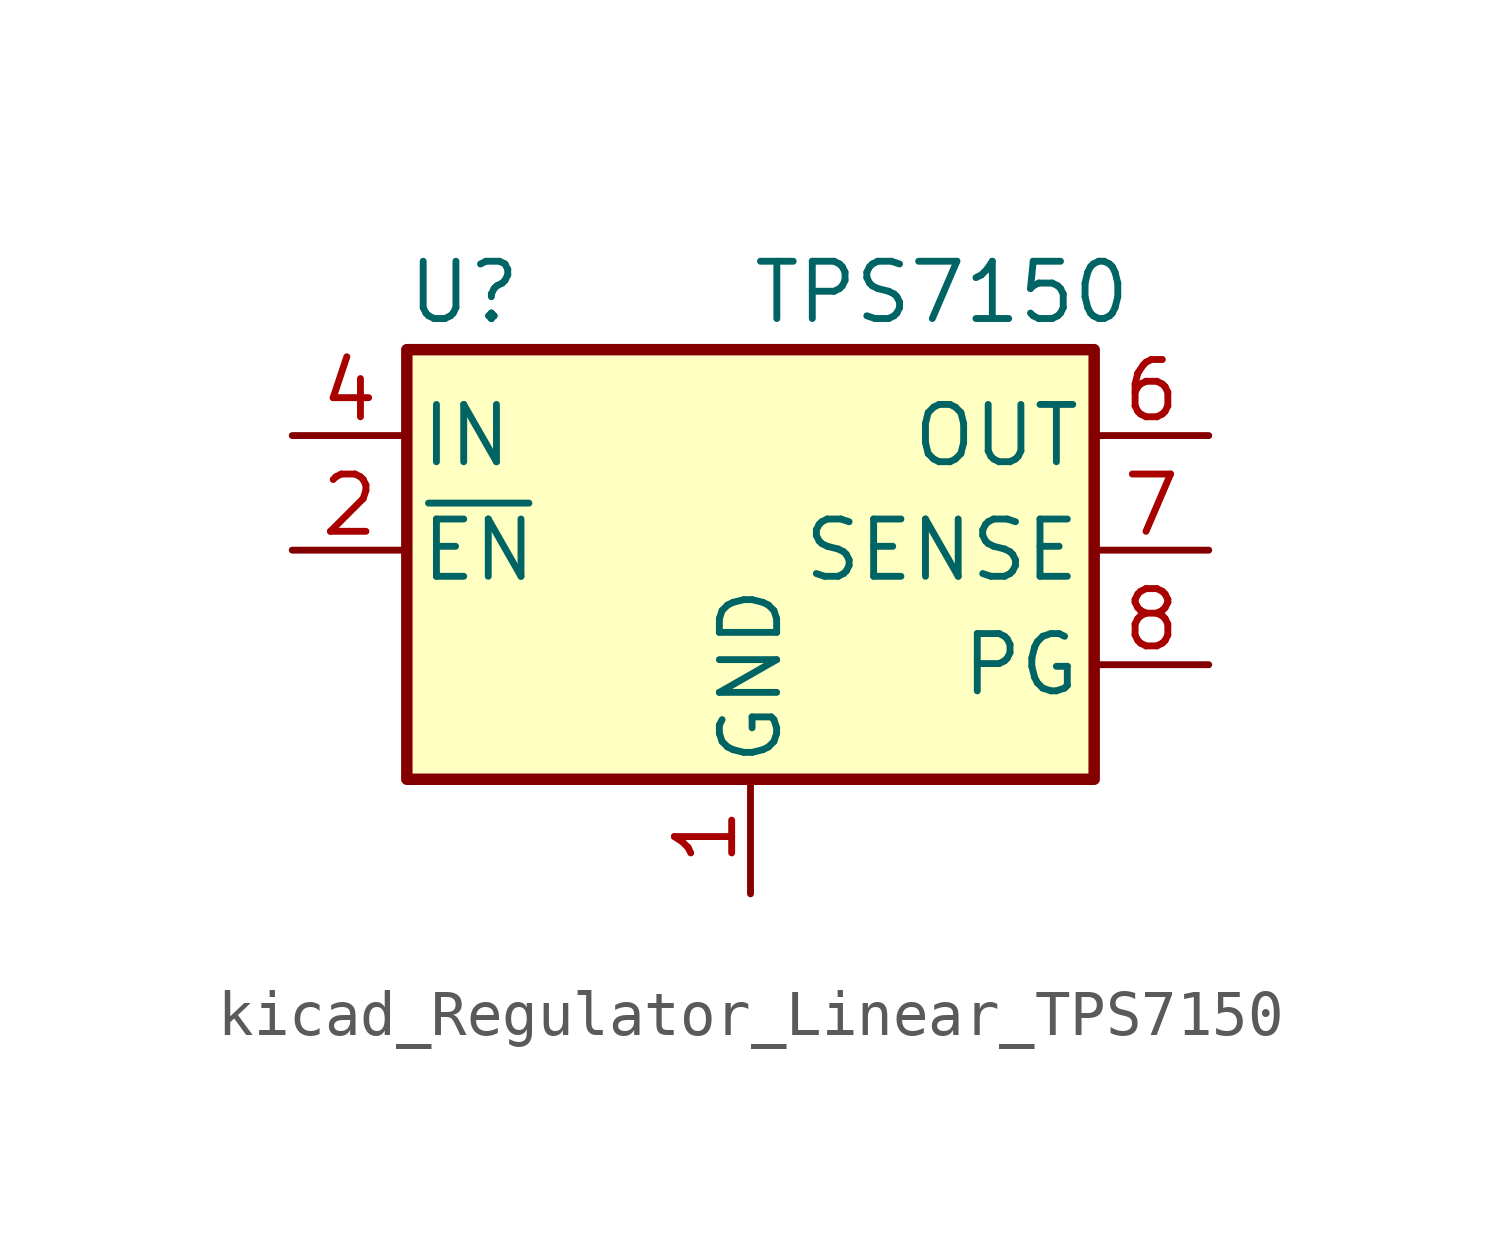
<source format=kicad_sym>
(kicad_symbol_lib
  (version 20220914)
  (generator kicad_symbol_editor)
  (symbol "kicad_Regulator_Linear_TPS7150"
    (pin_names
      (offset 0.254))
    (property "Reference" "U"
      (at -6.35 8.255 0)
      (effects (font (size 1.27 1.27))))
    (property "Value" "TPS7150"
      (at 0 8.255 0)
      (effects (font (size 1.27 1.27)) (justify left)))
    (symbol "kicad_Regulator_Linear_TPS7150_0_1"
      (rectangle (start -7.62 6.985) (end 7.62 -2.54) (stroke (width 0.254) (type default)) (fill (type background))))
    (symbol "kicad_Regulator_Linear_TPS7150_1_1"
      (pin power_in line (at 0 -5.08 90) (length 2.54) (name "GND" (effects (font (size 1.27 1.27)))) (number "1" (effects (font (size 1.27 1.27)))))
      (pin input line (at -10.16 2.54 0) (length 2.54) (name "~{EN}" (effects (font (size 1.27 1.27)))) (number "2" (effects (font (size 1.27 1.27)))))
      (pin passive line (at -10.16 5.08 0) (length 2.54) hide (name "IN" (effects (font (size 1.27 1.27)))) (number "3" (effects (font (size 1.27 1.27)))))
      (pin power_in line (at -10.16 5.08 0) (length 2.54) (name "IN" (effects (font (size 1.27 1.27)))) (number "4" (effects (font (size 1.27 1.27)))))
      (pin passive line (at 10.16 5.08 180) (length 2.54) hide (name "OUT" (effects (font (size 1.27 1.27)))) (number "5" (effects (font (size 1.27 1.27)))))
      (pin power_out line (at 10.16 5.08 180) (length 2.54) (name "OUT" (effects (font (size 1.27 1.27)))) (number "6" (effects (font (size 1.27 1.27)))))
      (pin input line (at 10.16 2.54 180) (length 2.54) (name "SENSE" (effects (font (size 1.27 1.27)))) (number "7" (effects (font (size 1.27 1.27)))))
      (pin output line (at 10.16 0 180) (length 2.54) (name "PG" (effects (font (size 1.27 1.27)))) (number "8" (effects (font (size 1.27 1.27))))))))
</source>
